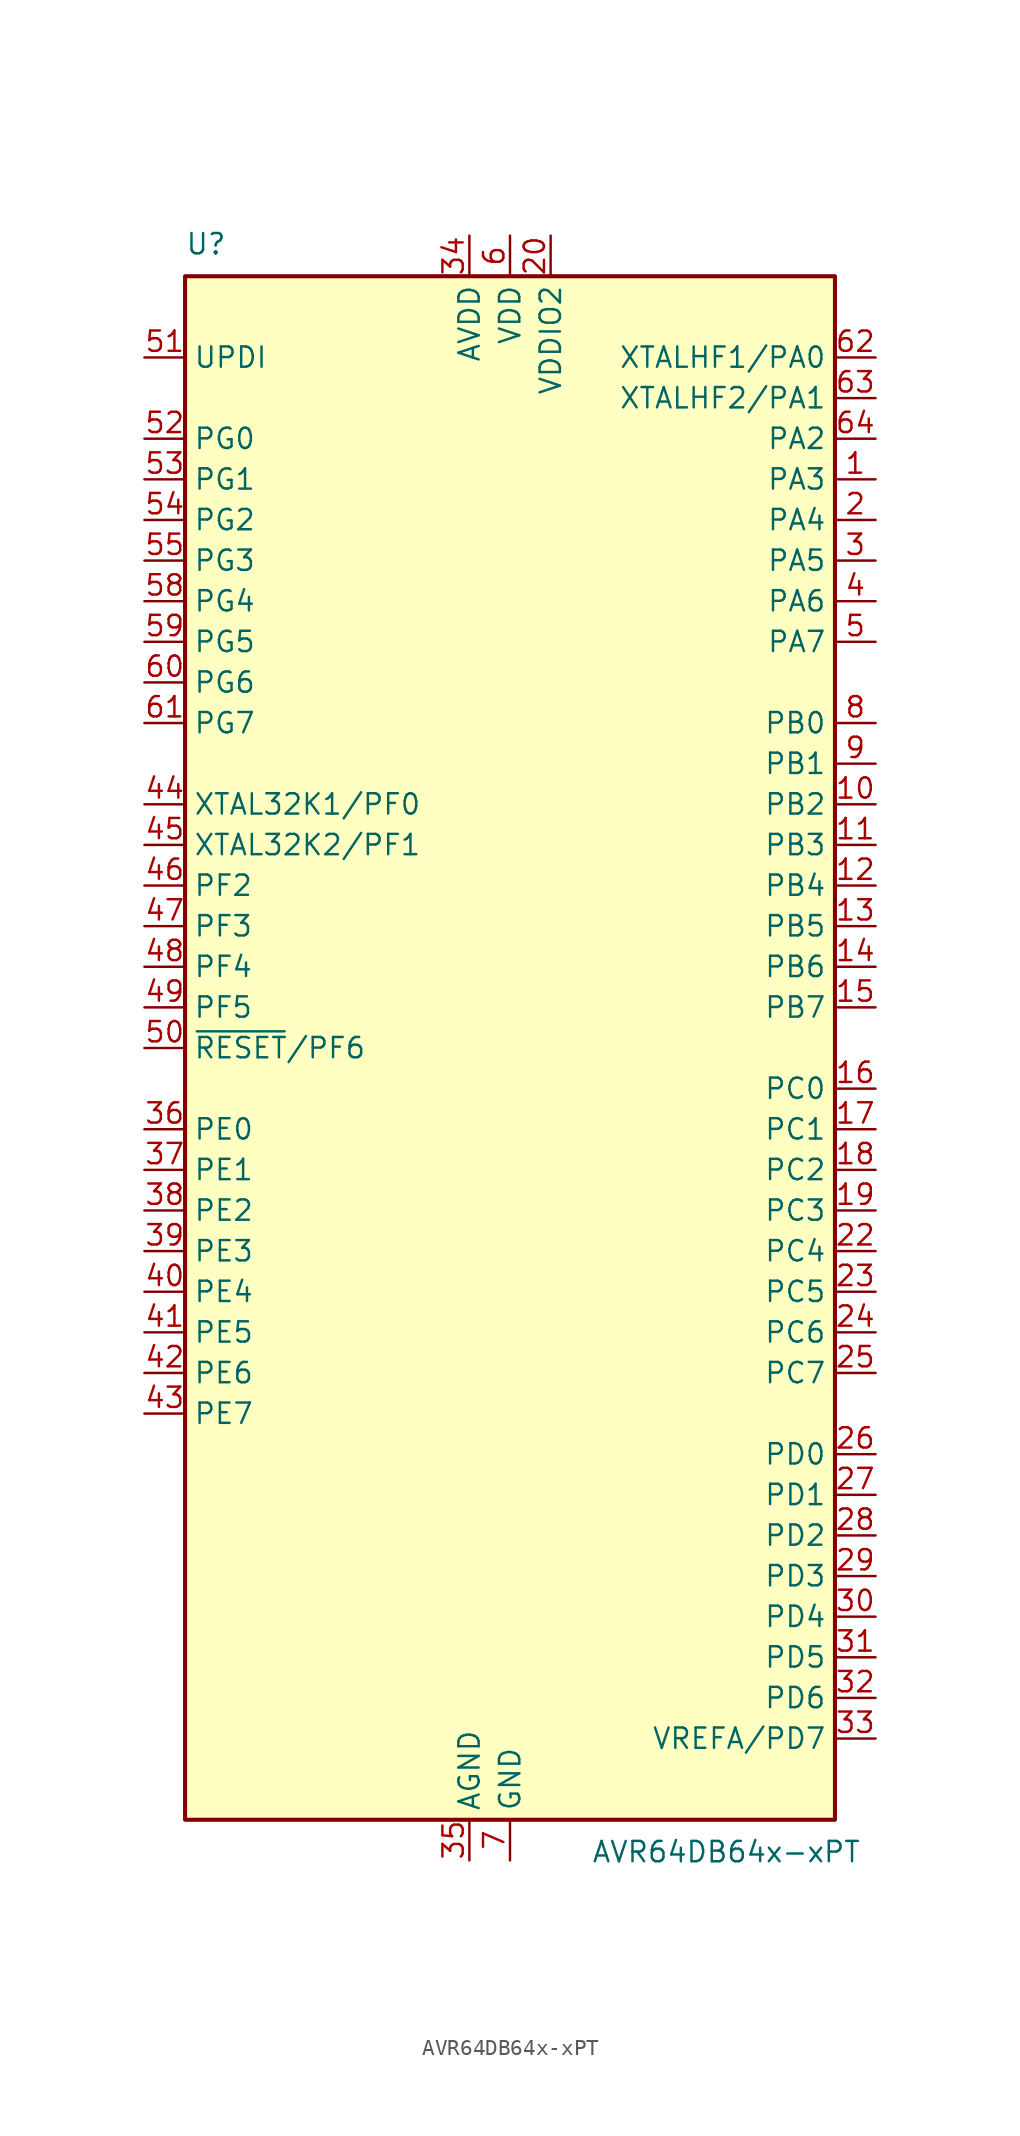
<source format=kicad_sym>
(kicad_symbol_lib
  (version 20241209)
  (generator "kicad_symbol_editor")
  (generator_version "9.0")
  (symbol "AVR64DB64x-xPT"
    (property "Reference" "U"
      (at -20.32 49.53 0)
      (effects (font (size 1.27 1.27)) (justify left bottom)))
    (property "Value" "AVR64DB64x-xPT"
      (at 5.08 -49.53 0)
      (effects (font (size 1.27 1.27)) (justify left top)))
    (symbol "AVR64DB64x-xPT_0_1"
      (rectangle (start -20.32 48.26) (end 20.32 -48.26) (stroke (width 0.254) (type default)) (fill (type background))))
    (symbol "AVR64DB64x-xPT_1_1"
      (pin input line (at -22.86 43.18 0) (length 2.54) (name "UPDI" (effects (font (size 1.27 1.27)))) (number "51" (effects (font (size 1.27 1.27)))))
      (pin bidirectional line (at -22.86 38.1 0) (length 2.54) (name "PG0" (effects (font (size 1.27 1.27)))) (number "52" (effects (font (size 1.27 1.27)))))
      (pin bidirectional line (at -22.86 35.56 0) (length 2.54) (name "PG1" (effects (font (size 1.27 1.27)))) (number "53" (effects (font (size 1.27 1.27)))))
      (pin bidirectional line (at -22.86 33.02 0) (length 2.54) (name "PG2" (effects (font (size 1.27 1.27)))) (number "54" (effects (font (size 1.27 1.27)))))
      (pin bidirectional line (at -22.86 30.48 0) (length 2.54) (name "PG3" (effects (font (size 1.27 1.27)))) (number "55" (effects (font (size 1.27 1.27)))))
      (pin bidirectional line (at -22.86 27.94 0) (length 2.54) (name "PG4" (effects (font (size 1.27 1.27)))) (number "58" (effects (font (size 1.27 1.27)))))
      (pin bidirectional line (at -22.86 25.4 0) (length 2.54) (name "PG5" (effects (font (size 1.27 1.27)))) (number "59" (effects (font (size 1.27 1.27)))))
      (pin bidirectional line (at -22.86 22.86 0) (length 2.54) (name "PG6" (effects (font (size 1.27 1.27)))) (number "60" (effects (font (size 1.27 1.27)))))
      (pin bidirectional line (at -22.86 20.32 0) (length 2.54) (name "PG7" (effects (font (size 1.27 1.27)))) (number "61" (effects (font (size 1.27 1.27)))))
      (pin bidirectional line (at -22.86 15.24 0) (length 2.54) (name "XTAL32K1/PF0" (effects (font (size 1.27 1.27)))) (number "44" (effects (font (size 1.27 1.27)))))
      (pin bidirectional line (at -22.86 12.7 0) (length 2.54) (name "XTAL32K2/PF1" (effects (font (size 1.27 1.27)))) (number "45" (effects (font (size 1.27 1.27)))))
      (pin bidirectional line (at -22.86 10.16 0) (length 2.54) (name "PF2" (effects (font (size 1.27 1.27)))) (number "46" (effects (font (size 1.27 1.27)))))
      (pin bidirectional line (at -22.86 7.62 0) (length 2.54) (name "PF3" (effects (font (size 1.27 1.27)))) (number "47" (effects (font (size 1.27 1.27)))))
      (pin bidirectional line (at -22.86 5.08 0) (length 2.54) (name "PF4" (effects (font (size 1.27 1.27)))) (number "48" (effects (font (size 1.27 1.27)))))
      (pin bidirectional line (at -22.86 2.54 0) (length 2.54) (name "PF5" (effects (font (size 1.27 1.27)))) (number "49" (effects (font (size 1.27 1.27)))))
      (pin bidirectional line (at -22.86 0 0) (length 2.54) (name "~{RESET}/PF6" (effects (font (size 1.27 1.27)))) (number "50" (effects (font (size 1.27 1.27)))))
      (pin bidirectional line (at -22.86 -5.08 0) (length 2.54) (name "PE0" (effects (font (size 1.27 1.27)))) (number "36" (effects (font (size 1.27 1.27)))))
      (pin bidirectional line (at -22.86 -7.62 0) (length 2.54) (name "PE1" (effects (font (size 1.27 1.27)))) (number "37" (effects (font (size 1.27 1.27)))))
      (pin bidirectional line (at -22.86 -10.16 0) (length 2.54) (name "PE2" (effects (font (size 1.27 1.27)))) (number "38" (effects (font (size 1.27 1.27)))))
      (pin bidirectional line (at -22.86 -12.7 0) (length 2.54) (name "PE3" (effects (font (size 1.27 1.27)))) (number "39" (effects (font (size 1.27 1.27)))))
      (pin bidirectional line (at -22.86 -15.24 0) (length 2.54) (name "PE4" (effects (font (size 1.27 1.27)))) (number "40" (effects (font (size 1.27 1.27)))))
      (pin bidirectional line (at -22.86 -17.78 0) (length 2.54) (name "PE5" (effects (font (size 1.27 1.27)))) (number "41" (effects (font (size 1.27 1.27)))))
      (pin bidirectional line (at -22.86 -20.32 0) (length 2.54) (name "PE6" (effects (font (size 1.27 1.27)))) (number "42" (effects (font (size 1.27 1.27)))))
      (pin bidirectional line (at -22.86 -22.86 0) (length 2.54) (name "PE7" (effects (font (size 1.27 1.27)))) (number "43" (effects (font (size 1.27 1.27)))))
      (pin power_in line (at -2.54 50.8 270) (length 2.54) (name "AVDD" (effects (font (size 1.27 1.27)))) (number "34" (effects (font (size 1.27 1.27)))))
      (pin power_in line (at -2.54 -50.8 90) (length 2.54) (name "AGND" (effects (font (size 1.27 1.27)))) (number "35" (effects (font (size 1.27 1.27)))))
      (pin passive line (at 0 50.8 270) (length 2.54) (hide yes) (name "VDD" (effects (font (size 1.27 1.27)))) (number "56" (effects (font (size 1.27 1.27)))))
      (pin power_in line (at 0 50.8 270) (length 2.54) (name "VDD" (effects (font (size 1.27 1.27)))) (number "6" (effects (font (size 1.27 1.27)))))
      (pin passive line (at 0 -50.8 90) (length 2.54) (hide yes) (name "GND" (effects (font (size 1.27 1.27)))) (number "21" (effects (font (size 1.27 1.27)))))
      (pin passive line (at 0 -50.8 90) (length 2.54) (hide yes) (name "GND" (effects (font (size 1.27 1.27)))) (number "57" (effects (font (size 1.27 1.27)))))
      (pin power_in line (at 0 -50.8 90) (length 2.54) (name "GND" (effects (font (size 1.27 1.27)))) (number "7" (effects (font (size 1.27 1.27)))))
      (pin power_in line (at 2.54 50.8 270) (length 2.54) (name "VDDIO2" (effects (font (size 1.27 1.27)))) (number "20" (effects (font (size 1.27 1.27)))))
      (pin bidirectional line (at 22.86 43.18 180) (length 2.54) (name "XTALHF1/PA0" (effects (font (size 1.27 1.27)))) (number "62" (effects (font (size 1.27 1.27)))))
      (pin bidirectional line (at 22.86 40.64 180) (length 2.54) (name "XTALHF2/PA1" (effects (font (size 1.27 1.27)))) (number "63" (effects (font (size 1.27 1.27)))))
      (pin bidirectional line (at 22.86 38.1 180) (length 2.54) (name "PA2" (effects (font (size 1.27 1.27)))) (number "64" (effects (font (size 1.27 1.27)))))
      (pin bidirectional line (at 22.86 35.56 180) (length 2.54) (name "PA3" (effects (font (size 1.27 1.27)))) (number "1" (effects (font (size 1.27 1.27)))))
      (pin bidirectional line (at 22.86 33.02 180) (length 2.54) (name "PA4" (effects (font (size 1.27 1.27)))) (number "2" (effects (font (size 1.27 1.27)))))
      (pin bidirectional line (at 22.86 30.48 180) (length 2.54) (name "PA5" (effects (font (size 1.27 1.27)))) (number "3" (effects (font (size 1.27 1.27)))))
      (pin bidirectional line (at 22.86 27.94 180) (length 2.54) (name "PA6" (effects (font (size 1.27 1.27)))) (number "4" (effects (font (size 1.27 1.27)))))
      (pin bidirectional line (at 22.86 25.4 180) (length 2.54) (name "PA7" (effects (font (size 1.27 1.27)))) (number "5" (effects (font (size 1.27 1.27)))))
      (pin bidirectional line (at 22.86 20.32 180) (length 2.54) (name "PB0" (effects (font (size 1.27 1.27)))) (number "8" (effects (font (size 1.27 1.27)))))
      (pin bidirectional line (at 22.86 17.78 180) (length 2.54) (name "PB1" (effects (font (size 1.27 1.27)))) (number "9" (effects (font (size 1.27 1.27)))))
      (pin bidirectional line (at 22.86 15.24 180) (length 2.54) (name "PB2" (effects (font (size 1.27 1.27)))) (number "10" (effects (font (size 1.27 1.27)))))
      (pin bidirectional line (at 22.86 12.7 180) (length 2.54) (name "PB3" (effects (font (size 1.27 1.27)))) (number "11" (effects (font (size 1.27 1.27)))))
      (pin bidirectional line (at 22.86 10.16 180) (length 2.54) (name "PB4" (effects (font (size 1.27 1.27)))) (number "12" (effects (font (size 1.27 1.27)))))
      (pin bidirectional line (at 22.86 7.62 180) (length 2.54) (name "PB5" (effects (font (size 1.27 1.27)))) (number "13" (effects (font (size 1.27 1.27)))))
      (pin bidirectional line (at 22.86 5.08 180) (length 2.54) (name "PB6" (effects (font (size 1.27 1.27)))) (number "14" (effects (font (size 1.27 1.27)))))
      (pin bidirectional line (at 22.86 2.54 180) (length 2.54) (name "PB7" (effects (font (size 1.27 1.27)))) (number "15" (effects (font (size 1.27 1.27)))))
      (pin bidirectional line (at 22.86 -2.54 180) (length 2.54) (name "PC0" (effects (font (size 1.27 1.27)))) (number "16" (effects (font (size 1.27 1.27)))))
      (pin bidirectional line (at 22.86 -5.08 180) (length 2.54) (name "PC1" (effects (font (size 1.27 1.27)))) (number "17" (effects (font (size 1.27 1.27)))))
      (pin bidirectional line (at 22.86 -7.62 180) (length 2.54) (name "PC2" (effects (font (size 1.27 1.27)))) (number "18" (effects (font (size 1.27 1.27)))))
      (pin bidirectional line (at 22.86 -10.16 180) (length 2.54) (name "PC3" (effects (font (size 1.27 1.27)))) (number "19" (effects (font (size 1.27 1.27)))))
      (pin bidirectional line (at 22.86 -12.7 180) (length 2.54) (name "PC4" (effects (font (size 1.27 1.27)))) (number "22" (effects (font (size 1.27 1.27)))))
      (pin bidirectional line (at 22.86 -15.24 180) (length 2.54) (name "PC5" (effects (font (size 1.27 1.27)))) (number "23" (effects (font (size 1.27 1.27)))))
      (pin bidirectional line (at 22.86 -17.78 180) (length 2.54) (name "PC6" (effects (font (size 1.27 1.27)))) (number "24" (effects (font (size 1.27 1.27)))))
      (pin bidirectional line (at 22.86 -20.32 180) (length 2.54) (name "PC7" (effects (font (size 1.27 1.27)))) (number "25" (effects (font (size 1.27 1.27)))))
      (pin bidirectional line (at 22.86 -25.4 180) (length 2.54) (name "PD0" (effects (font (size 1.27 1.27)))) (number "26" (effects (font (size 1.27 1.27)))))
      (pin bidirectional line (at 22.86 -27.94 180) (length 2.54) (name "PD1" (effects (font (size 1.27 1.27)))) (number "27" (effects (font (size 1.27 1.27)))))
      (pin bidirectional line (at 22.86 -30.48 180) (length 2.54) (name "PD2" (effects (font (size 1.27 1.27)))) (number "28" (effects (font (size 1.27 1.27)))))
      (pin bidirectional line (at 22.86 -33.02 180) (length 2.54) (name "PD3" (effects (font (size 1.27 1.27)))) (number "29" (effects (font (size 1.27 1.27)))))
      (pin bidirectional line (at 22.86 -35.56 180) (length 2.54) (name "PD4" (effects (font (size 1.27 1.27)))) (number "30" (effects (font (size 1.27 1.27)))))
      (pin bidirectional line (at 22.86 -38.1 180) (length 2.54) (name "PD5" (effects (font (size 1.27 1.27)))) (number "31" (effects (font (size 1.27 1.27)))))
      (pin bidirectional line (at 22.86 -40.64 180) (length 2.54) (name "PD6" (effects (font (size 1.27 1.27)))) (number "32" (effects (font (size 1.27 1.27)))))
      (pin bidirectional line (at 22.86 -43.18 180) (length 2.54) (name "VREFA/PD7" (effects (font (size 1.27 1.27)))) (number "33" (effects (font (size 1.27 1.27))))))))
</source>
